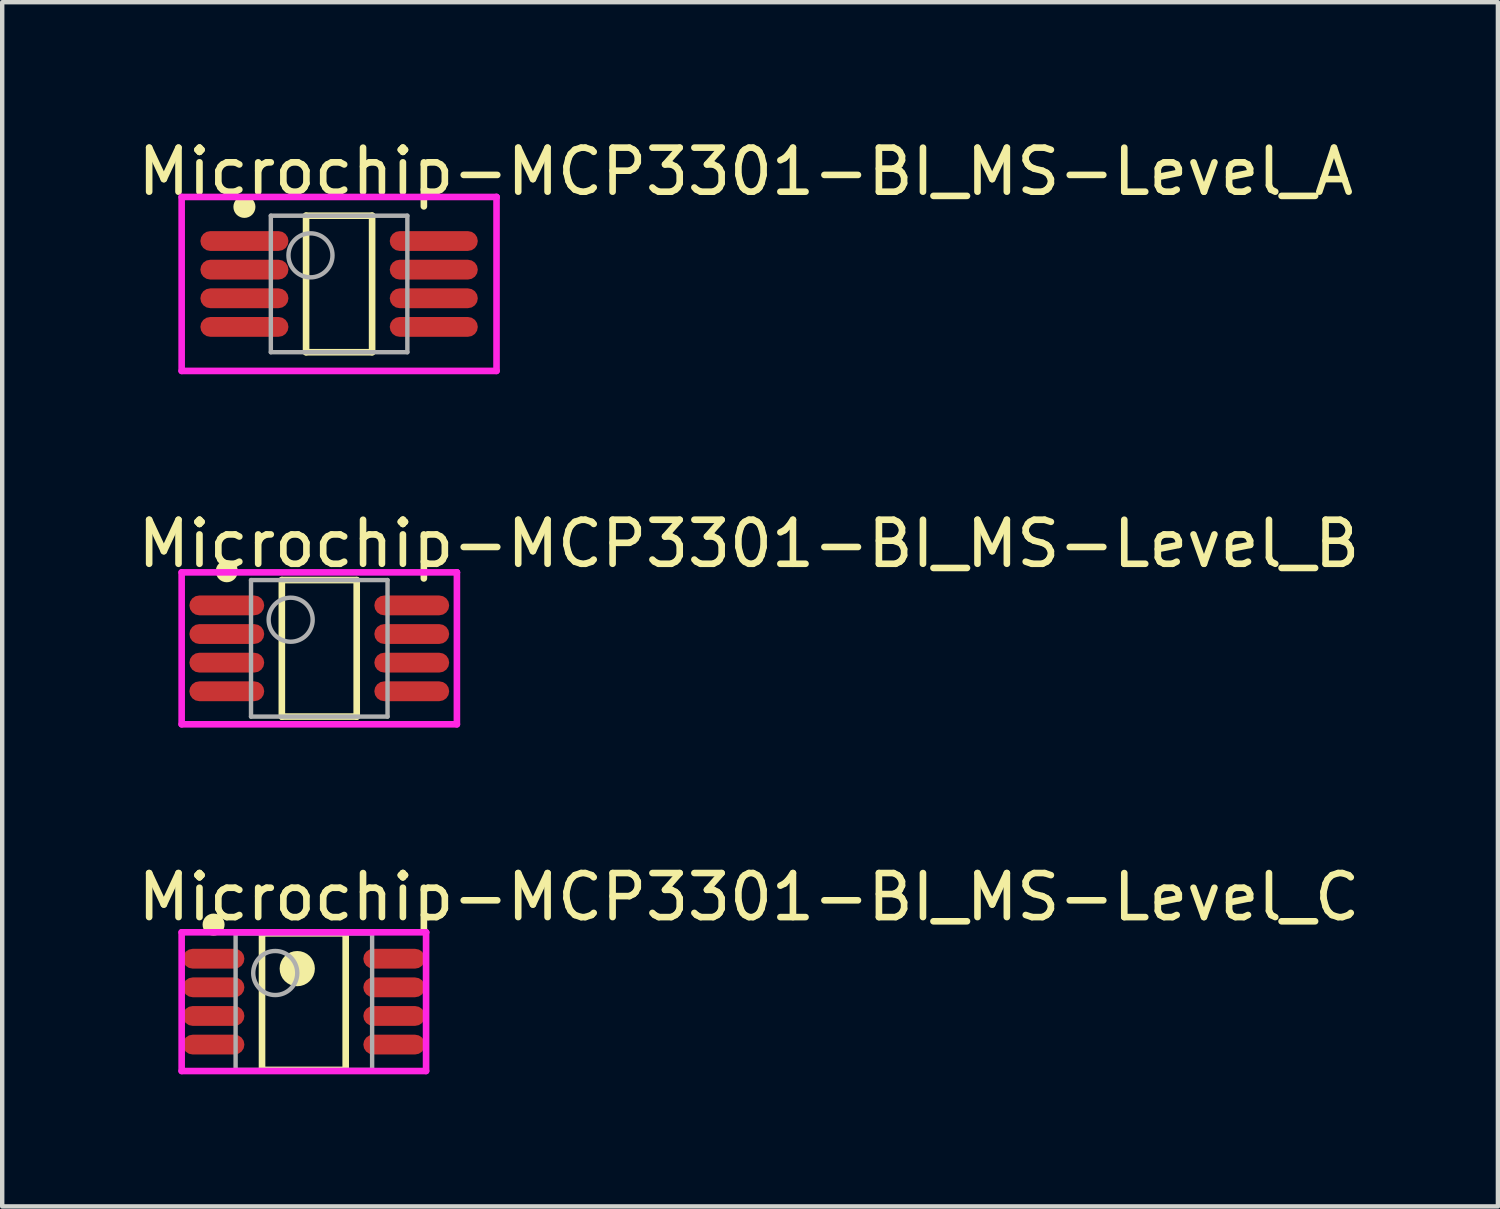
<source format=kicad_pcb>
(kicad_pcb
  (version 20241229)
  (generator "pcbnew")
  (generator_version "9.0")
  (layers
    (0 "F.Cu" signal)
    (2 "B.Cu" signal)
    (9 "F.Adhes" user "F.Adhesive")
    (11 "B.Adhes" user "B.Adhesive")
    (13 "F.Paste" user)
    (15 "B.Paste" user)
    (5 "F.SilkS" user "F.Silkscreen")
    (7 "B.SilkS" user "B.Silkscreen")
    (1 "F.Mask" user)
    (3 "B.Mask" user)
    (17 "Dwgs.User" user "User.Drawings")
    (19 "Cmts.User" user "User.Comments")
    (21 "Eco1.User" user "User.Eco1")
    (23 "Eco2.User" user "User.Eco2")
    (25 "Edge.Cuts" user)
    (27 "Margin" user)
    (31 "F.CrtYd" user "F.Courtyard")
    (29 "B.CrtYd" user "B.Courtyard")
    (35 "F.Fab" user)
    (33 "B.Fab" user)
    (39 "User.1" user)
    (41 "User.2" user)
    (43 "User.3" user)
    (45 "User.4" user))
  (footprint "Microchip-MCP3301-BI_MS-Level_C"
    (layer "F.Cu")
    (at 3.85 19.695)
    (property "Reference" "Microchip-MCP3301-BI_MS-Level_C" (at -3.85 -2.375 0) (layer "F.SilkS") (effects (font (size 1 1) (thickness 0.15)) (justify left)))
    (attr through_hole)
    (fp_line (start -0.95 -1.55) (end 0.95 -1.55) (stroke (width 0.15) (type solid)) (layer "F.SilkS"))
    (fp_line (start -0.95 1.55) (end -0.95 -1.55) (stroke (width 0.15) (type solid)) (layer "F.SilkS"))
    (fp_line (start -0.95 1.55) (end 0.95 1.55) (stroke (width 0.15) (type solid)) (layer "F.SilkS"))
    (fp_line (start 0.95 1.55) (end 0.95 -1.55) (stroke (width 0.15) (type solid)) (layer "F.SilkS"))
    (fp_circle (center -2.05 -1.75) (end -1.925 -1.75) (stroke (width 0.25) (type solid)) (fill no) (layer "F.SilkS"))
    (fp_circle (center -0.15 -0.75) (end 0.05 -0.75) (stroke (width 0.4) (type solid)) (fill no) (layer "F.SilkS"))
    (fp_line (start -2.775 -1.575) (end -2.775 1.575) (stroke (width 0.15) (type solid)) (layer "F.CrtYd"))
    (fp_line (start -2.775 1.575) (end 2.775 1.575) (stroke (width 0.15) (type solid)) (layer "F.CrtYd"))
    (fp_line (start 2.775 -1.575) (end -2.775 -1.575) (stroke (width 0.15) (type solid)) (layer "F.CrtYd"))
    (fp_line (start 2.775 -1.575) (end 2.775 -1.575) (stroke (width 0.15) (type solid)) (layer "F.CrtYd"))
    (fp_line (start 2.775 1.575) (end 2.775 -1.575) (stroke (width 0.15) (type solid)) (layer "F.CrtYd"))
    (fp_line (start -1.55 -1.55) (end 1.55 -1.55) (stroke (width 0.1) (type solid)) (layer "F.Fab"))
    (fp_line (start -1.55 1.55) (end -1.55 -1.55) (stroke (width 0.1) (type solid)) (layer "F.Fab"))
    (fp_line (start -1.55 1.55) (end 1.55 1.55) (stroke (width 0.1) (type solid)) (layer "F.Fab"))
    (fp_line (start 1.55 1.55) (end 1.55 -1.55) (stroke (width 0.1) (type solid)) (layer "F.Fab"))
    (fp_circle (center -0.65 -0.65) (end -0.15 -0.65) (stroke (width 0.1) (type solid)) (fill no) (layer "F.Fab"))
    (pad "1" smd roundrect (at -2.05 -0.975 270) (size 0.45 1.4) (layers "F.Cu" "F.Mask" "F.Paste") (roundrect_rratio 0.5))
    (pad "2" smd roundrect (at -2.05 -0.325 270) (size 0.45 1.4) (layers "F.Cu" "F.Mask" "F.Paste") (roundrect_rratio 0.5))
    (pad "3" smd roundrect (at -2.05 0.325 270) (size 0.45 1.4) (layers "F.Cu" "F.Mask" "F.Paste") (roundrect_rratio 0.5))
    (pad "4" smd roundrect (at -2.05 0.975 270) (size 0.45 1.4) (layers "F.Cu" "F.Mask" "F.Paste") (roundrect_rratio 0.5))
    (pad "5" smd roundrect (at 2.05 0.975 270) (size 0.45 1.4) (layers "F.Cu" "F.Mask" "F.Paste") (roundrect_rratio 0.5))
    (pad "6" smd roundrect (at 2.05 0.325 270) (size 0.45 1.4) (layers "F.Cu" "F.Mask" "F.Paste") (roundrect_rratio 0.5))
    (pad "7" smd roundrect (at 2.05 -0.325 270) (size 0.45 1.4) (layers "F.Cu" "F.Mask" "F.Paste") (roundrect_rratio 0.5))
    (pad "8" smd roundrect (at 2.05 -0.975 270) (size 0.45 1.4) (layers "F.Cu" "F.Mask" "F.Paste") (roundrect_rratio 0.5)))
  (footprint "Microchip-MCP3301-BI_MS-Level_A"
    (layer "F.Cu")
    (at 4.65 3.398)
    (property "Reference" "Microchip-MCP3301-BI_MS-Level_A" (at -4.65 -2.55 0) (layer "F.SilkS") (effects (font (size 1 1) (thickness 0.15)) (justify left)))
    (attr through_hole)
    (fp_line (start -0.75 -1.55) (end 0.75 -1.55) (stroke (width 0.15) (type solid)) (layer "F.SilkS"))
    (fp_line (start -0.75 1.55) (end -0.75 -1.55) (stroke (width 0.15) (type solid)) (layer "F.SilkS"))
    (fp_line (start -0.75 1.55) (end 0.75 1.55) (stroke (width 0.15) (type solid)) (layer "F.SilkS"))
    (fp_line (start 0.75 1.55) (end 0.75 -1.55) (stroke (width 0.15) (type solid)) (layer "F.SilkS"))
    (fp_circle (center -2.15 -1.75) (end -2.025 -1.75) (stroke (width 0.25) (type solid)) (fill no) (layer "F.SilkS"))
    (fp_line (start -3.575 -1.975) (end -3.575 1.975) (stroke (width 0.15) (type solid)) (layer "F.CrtYd"))
    (fp_line (start -3.575 1.975) (end 3.575 1.975) (stroke (width 0.15) (type solid)) (layer "F.CrtYd"))
    (fp_line (start 3.575 -1.975) (end -3.575 -1.975) (stroke (width 0.15) (type solid)) (layer "F.CrtYd"))
    (fp_line (start 3.575 -1.975) (end 3.575 -1.975) (stroke (width 0.15) (type solid)) (layer "F.CrtYd"))
    (fp_line (start 3.575 1.975) (end 3.575 -1.975) (stroke (width 0.15) (type solid)) (layer "F.CrtYd"))
    (fp_line (start -1.55 -1.55) (end 1.55 -1.55) (stroke (width 0.1) (type solid)) (layer "F.Fab"))
    (fp_line (start -1.55 1.55) (end -1.55 -1.55) (stroke (width 0.1) (type solid)) (layer "F.Fab"))
    (fp_line (start -1.55 1.55) (end 1.55 1.55) (stroke (width 0.1) (type solid)) (layer "F.Fab"))
    (fp_line (start 1.55 1.55) (end 1.55 -1.55) (stroke (width 0.1) (type solid)) (layer "F.Fab"))
    (fp_circle (center -0.65 -0.65) (end -0.15 -0.65) (stroke (width 0.1) (type solid)) (fill no) (layer "F.Fab"))
    (pad "1" smd roundrect (at -2.15 -0.975 270) (size 0.45 2) (layers "F.Cu" "F.Mask" "F.Paste") (roundrect_rratio 0.5))
    (pad "2" smd roundrect (at -2.15 -0.325 270) (size 0.45 2) (layers "F.Cu" "F.Mask" "F.Paste") (roundrect_rratio 0.5))
    (pad "3" smd roundrect (at -2.15 0.325 270) (size 0.45 2) (layers "F.Cu" "F.Mask" "F.Paste") (roundrect_rratio 0.5))
    (pad "4" smd roundrect (at -2.15 0.975 270) (size 0.45 2) (layers "F.Cu" "F.Mask" "F.Paste") (roundrect_rratio 0.5))
    (pad "5" smd roundrect (at 2.15 0.975 270) (size 0.45 2) (layers "F.Cu" "F.Mask" "F.Paste") (roundrect_rratio 0.5))
    (pad "6" smd roundrect (at 2.15 0.325 270) (size 0.45 2) (layers "F.Cu" "F.Mask" "F.Paste") (roundrect_rratio 0.5))
    (pad "7" smd roundrect (at 2.15 -0.325 270) (size 0.45 2) (layers "F.Cu" "F.Mask" "F.Paste") (roundrect_rratio 0.5))
    (pad "8" smd roundrect (at 2.15 -0.975 270) (size 0.45 2) (layers "F.Cu" "F.Mask" "F.Paste") (roundrect_rratio 0.5)))
  (footprint "Microchip-MCP3301-BI_MS-Level_B"
    (layer "F.Cu")
    (at 4.2 11.672)
    (property "Reference" "Microchip-MCP3301-BI_MS-Level_B" (at -4.2 -2.375 0) (layer "F.SilkS") (effects (font (size 1 1) (thickness 0.15)) (justify left)))
    (attr through_hole)
    (fp_line (start -0.85 -1.55) (end 0.85 -1.55) (stroke (width 0.15) (type solid)) (layer "F.SilkS"))
    (fp_line (start -0.85 1.55) (end -0.85 -1.55) (stroke (width 0.15) (type solid)) (layer "F.SilkS"))
    (fp_line (start -0.85 1.55) (end 0.85 1.55) (stroke (width 0.15) (type solid)) (layer "F.SilkS"))
    (fp_line (start 0.85 1.55) (end 0.85 -1.55) (stroke (width 0.15) (type solid)) (layer "F.SilkS"))
    (fp_circle (center -2.1 -1.75) (end -1.975 -1.75) (stroke (width 0.25) (type solid)) (fill no) (layer "F.SilkS"))
    (fp_line (start -3.125 -1.725) (end -3.125 1.725) (stroke (width 0.15) (type solid)) (layer "F.CrtYd"))
    (fp_line (start -3.125 1.725) (end 3.125 1.725) (stroke (width 0.15) (type solid)) (layer "F.CrtYd"))
    (fp_line (start 3.125 -1.725) (end -3.125 -1.725) (stroke (width 0.15) (type solid)) (layer "F.CrtYd"))
    (fp_line (start 3.125 -1.725) (end 3.125 -1.725) (stroke (width 0.15) (type solid)) (layer "F.CrtYd"))
    (fp_line (start 3.125 1.725) (end 3.125 -1.725) (stroke (width 0.15) (type solid)) (layer "F.CrtYd"))
    (fp_line (start -1.55 -1.55) (end 1.55 -1.55) (stroke (width 0.1) (type solid)) (layer "F.Fab"))
    (fp_line (start -1.55 1.55) (end -1.55 -1.55) (stroke (width 0.1) (type solid)) (layer "F.Fab"))
    (fp_line (start -1.55 1.55) (end 1.55 1.55) (stroke (width 0.1) (type solid)) (layer "F.Fab"))
    (fp_line (start 1.55 1.55) (end 1.55 -1.55) (stroke (width 0.1) (type solid)) (layer "F.Fab"))
    (fp_circle (center -0.65 -0.65) (end -0.15 -0.65) (stroke (width 0.1) (type solid)) (fill no) (layer "F.Fab"))
    (pad "1" smd roundrect (at -2.1 -0.975 270) (size 0.45 1.7) (layers "F.Cu" "F.Mask" "F.Paste") (roundrect_rratio 0.5))
    (pad "2" smd roundrect (at -2.1 -0.325 270) (size 0.45 1.7) (layers "F.Cu" "F.Mask" "F.Paste") (roundrect_rratio 0.5))
    (pad "3" smd roundrect (at -2.1 0.325 270) (size 0.45 1.7) (layers "F.Cu" "F.Mask" "F.Paste") (roundrect_rratio 0.5))
    (pad "4" smd roundrect (at -2.1 0.975 270) (size 0.45 1.7) (layers "F.Cu" "F.Mask" "F.Paste") (roundrect_rratio 0.5))
    (pad "5" smd roundrect (at 2.1 0.975 270) (size 0.45 1.7) (layers "F.Cu" "F.Mask" "F.Paste") (roundrect_rratio 0.5))
    (pad "6" smd roundrect (at 2.1 0.325 270) (size 0.45 1.7) (layers "F.Cu" "F.Mask" "F.Paste") (roundrect_rratio 0.5))
    (pad "7" smd roundrect (at 2.1 -0.325 270) (size 0.45 1.7) (layers "F.Cu" "F.Mask" "F.Paste") (roundrect_rratio 0.5))
    (pad "8" smd roundrect (at 2.1 -0.975 270) (size 0.45 1.7) (layers "F.Cu" "F.Mask" "F.Paste") (roundrect_rratio 0.5)))
  (gr_rect
    (start -3 -3)
    (end 30.964 24.345)
    (stroke (width 0.1) (type default))
    (fill no)
    (layer "Edge.Cuts")))
</source>
